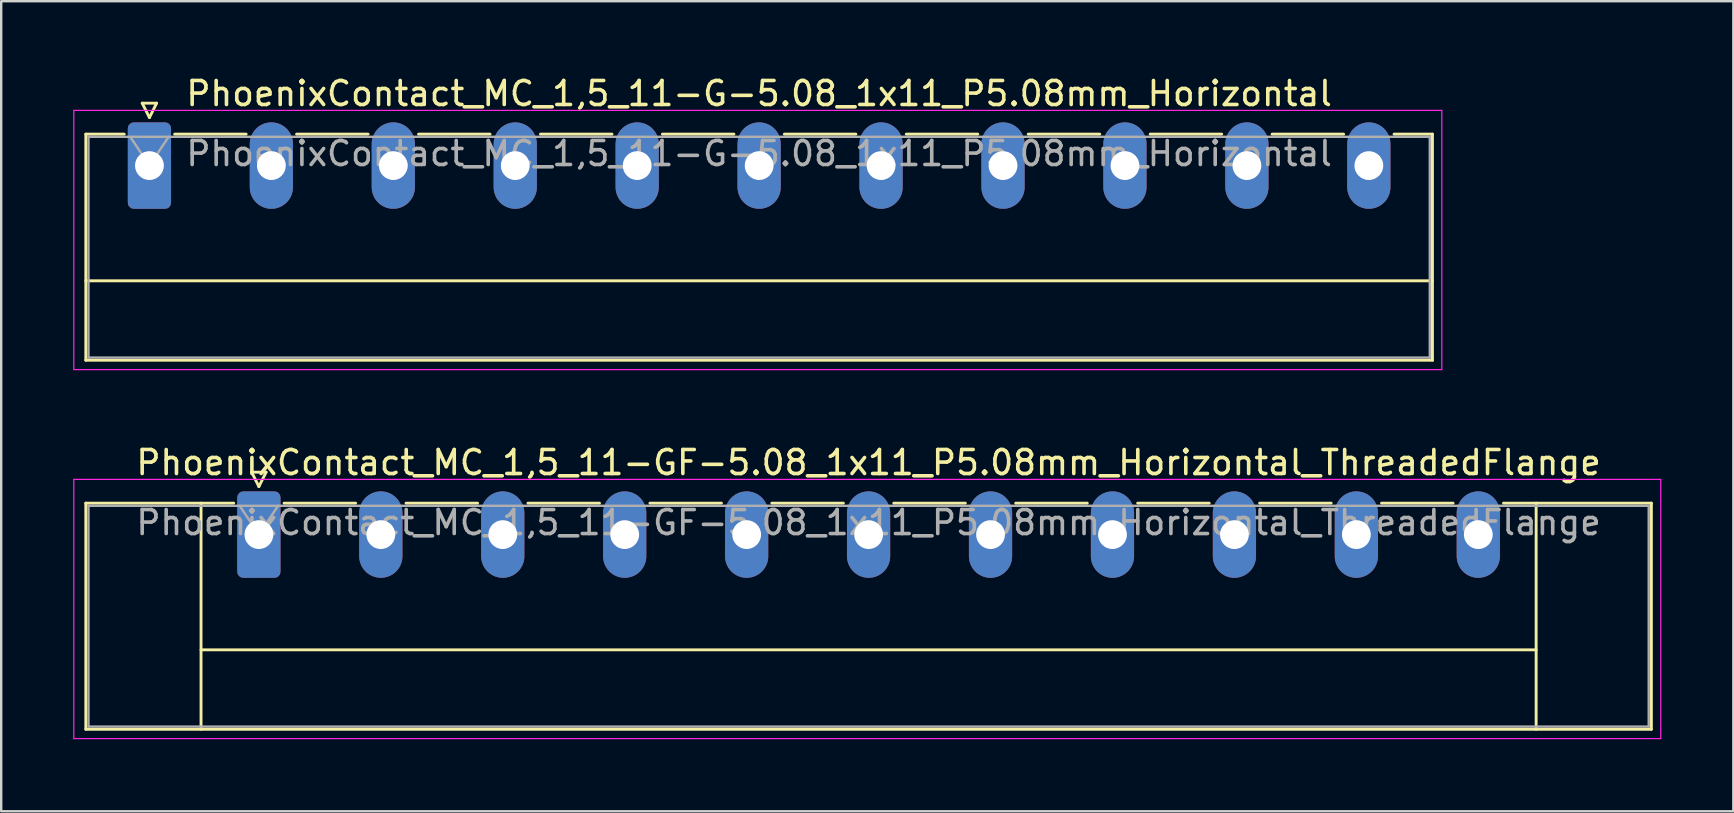
<source format=kicad_pcb>
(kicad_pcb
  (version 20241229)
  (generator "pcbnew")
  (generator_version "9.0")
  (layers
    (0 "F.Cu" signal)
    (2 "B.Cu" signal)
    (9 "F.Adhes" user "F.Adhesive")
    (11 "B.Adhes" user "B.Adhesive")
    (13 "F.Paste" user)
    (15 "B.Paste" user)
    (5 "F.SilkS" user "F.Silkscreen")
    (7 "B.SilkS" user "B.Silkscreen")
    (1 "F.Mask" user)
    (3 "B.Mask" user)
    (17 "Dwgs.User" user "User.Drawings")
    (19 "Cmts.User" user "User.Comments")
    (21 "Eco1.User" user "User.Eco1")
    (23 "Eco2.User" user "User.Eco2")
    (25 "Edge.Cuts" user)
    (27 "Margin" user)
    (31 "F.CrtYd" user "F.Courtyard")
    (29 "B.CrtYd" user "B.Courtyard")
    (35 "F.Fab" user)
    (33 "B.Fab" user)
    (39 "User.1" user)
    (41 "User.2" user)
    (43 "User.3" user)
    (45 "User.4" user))
  (footprint "PhoenixContact_MC_1,5_11-GF-5.08_1x11_P5.08mm_Horizontal_ThreadedFlange"
    (layer "F.Cu")
    (at 7.735 19.221)
    (property "Reference" "PhoenixContact_MC_1,5_11-GF-5.08_1x11_P5.08mm_Horizontal_ThreadedFlange" (at 25.4 -3 0) (layer "F.SilkS") (effects (font (size 1 1) (thickness 0.15))))
    (attr through_hole)
    (fp_line (start -7.21 -1.31) (end -7.21 8.11) (stroke (width 0.12) (type solid)) (layer "F.SilkS"))
    (fp_line (start -7.21 -1.31) (end -1.05 -1.31) (stroke (width 0.12) (type solid)) (layer "F.SilkS"))
    (fp_line (start -7.21 8.11) (end 58.01 8.11) (stroke (width 0.12) (type solid)) (layer "F.SilkS"))
    (fp_line (start -2.41 -1.31) (end -2.41 8.11) (stroke (width 0.12) (type solid)) (layer "F.SilkS"))
    (fp_line (start -2.41 4.8) (end 53.21 4.8) (stroke (width 0.12) (type solid)) (layer "F.SilkS"))
    (fp_line (start -0.3 -2.6) (end 0.3 -2.6) (stroke (width 0.12) (type solid)) (layer "F.SilkS"))
    (fp_line (start 0 -2) (end -0.3 -2.6) (stroke (width 0.12) (type solid)) (layer "F.SilkS"))
    (fp_line (start 0.3 -2.6) (end 0 -2) (stroke (width 0.12) (type solid)) (layer "F.SilkS"))
    (fp_line (start 1.05 -1.31) (end 4.03 -1.31) (stroke (width 0.12) (type solid)) (layer "F.SilkS"))
    (fp_line (start 6.13 -1.31) (end 9.11 -1.31) (stroke (width 0.12) (type solid)) (layer "F.SilkS"))
    (fp_line (start 11.21 -1.31) (end 14.19 -1.31) (stroke (width 0.12) (type solid)) (layer "F.SilkS"))
    (fp_line (start 16.29 -1.31) (end 19.27 -1.31) (stroke (width 0.12) (type solid)) (layer "F.SilkS"))
    (fp_line (start 21.37 -1.31) (end 24.35 -1.31) (stroke (width 0.12) (type solid)) (layer "F.SilkS"))
    (fp_line (start 26.45 -1.31) (end 29.43 -1.31) (stroke (width 0.12) (type solid)) (layer "F.SilkS"))
    (fp_line (start 31.53 -1.31) (end 34.51 -1.31) (stroke (width 0.12) (type solid)) (layer "F.SilkS"))
    (fp_line (start 36.61 -1.31) (end 39.59 -1.31) (stroke (width 0.12) (type solid)) (layer "F.SilkS"))
    (fp_line (start 41.69 -1.31) (end 44.67 -1.31) (stroke (width 0.12) (type solid)) (layer "F.SilkS"))
    (fp_line (start 46.77 -1.31) (end 49.75 -1.31) (stroke (width 0.12) (type solid)) (layer "F.SilkS"))
    (fp_line (start 53.21 -1.31) (end 53.21 8.11) (stroke (width 0.12) (type solid)) (layer "F.SilkS"))
    (fp_line (start 58.01 -1.31) (end 51.85 -1.31) (stroke (width 0.12) (type solid)) (layer "F.SilkS"))
    (fp_line (start 58.01 8.11) (end 58.01 -1.31) (stroke (width 0.12) (type solid)) (layer "F.SilkS"))
    (fp_line (start -7.71 -2.3) (end -7.71 8.5) (stroke (width 0.05) (type solid)) (layer "F.CrtYd"))
    (fp_line (start -7.71 8.5) (end 58.4 8.5) (stroke (width 0.05) (type solid)) (layer "F.CrtYd"))
    (fp_line (start 58.4 -2.3) (end -7.71 -2.3) (stroke (width 0.05) (type solid)) (layer "F.CrtYd"))
    (fp_line (start 58.4 8.5) (end 58.4 -2.3) (stroke (width 0.05) (type solid)) (layer "F.CrtYd"))
    (fp_line (start -7.1 -1.2) (end -7.1 8) (stroke (width 0.1) (type solid)) (layer "F.Fab"))
    (fp_line (start -7.1 8) (end 57.9 8) (stroke (width 0.1) (type solid)) (layer "F.Fab"))
    (fp_line (start 0 0) (end -0.8 -1.2) (stroke (width 0.1) (type solid)) (layer "F.Fab"))
    (fp_line (start 0.8 -1.2) (end 0 0) (stroke (width 0.1) (type solid)) (layer "F.Fab"))
    (fp_line (start 57.9 -1.2) (end -7.1 -1.2) (stroke (width 0.1) (type solid)) (layer "F.Fab"))
    (fp_line (start 57.9 8) (end 57.9 -1.2) (stroke (width 0.1) (type solid)) (layer "F.Fab"))
    (fp_text user "${REFERENCE}" (at 25.4 -0.5 0) (layer "F.Fab") (effects (font (size 1 1) (thickness 0.15))))
    (pad "1" thru_hole roundrect (at 0 0) (size 1.8 3.6) (drill 1.2) (layers "*.Cu" "*.Mask") (roundrect_rratio 0.139))
    (pad "2" thru_hole oval (at 5.08 0) (size 1.8 3.6) (drill 1.2) (layers "*.Cu" "*.Mask"))
    (pad "3" thru_hole oval (at 10.16 0) (size 1.8 3.6) (drill 1.2) (layers "*.Cu" "*.Mask"))
    (pad "4" thru_hole oval (at 15.24 0) (size 1.8 3.6) (drill 1.2) (layers "*.Cu" "*.Mask"))
    (pad "5" thru_hole oval (at 20.32 0) (size 1.8 3.6) (drill 1.2) (layers "*.Cu" "*.Mask"))
    (pad "6" thru_hole oval (at 25.4 0) (size 1.8 3.6) (drill 1.2) (layers "*.Cu" "*.Mask"))
    (pad "7" thru_hole oval (at 30.48 0) (size 1.8 3.6) (drill 1.2) (layers "*.Cu" "*.Mask"))
    (pad "8" thru_hole oval (at 35.56 0) (size 1.8 3.6) (drill 1.2) (layers "*.Cu" "*.Mask"))
    (pad "9" thru_hole oval (at 40.64 0) (size 1.8 3.6) (drill 1.2) (layers "*.Cu" "*.Mask"))
    (pad "10" thru_hole oval (at 45.72 0) (size 1.8 3.6) (drill 1.2) (layers "*.Cu" "*.Mask"))
    (pad "11" thru_hole oval (at 50.8 0) (size 1.8 3.6) (drill 1.2) (layers "*.Cu" "*.Mask")))
  (footprint "PhoenixContact_MC_1,5_11-G-5.08_1x11_P5.08mm_Horizontal"
    (layer "F.Cu")
    (at 3.175 3.848)
    (property "Reference" "PhoenixContact_MC_1,5_11-G-5.08_1x11_P5.08mm_Horizontal" (at 25.4 -3 0) (layer "F.SilkS") (effects (font (size 1 1) (thickness 0.15))))
    (attr through_hole)
    (fp_line (start -2.65 -1.31) (end -2.65 8.11) (stroke (width 0.12) (type solid)) (layer "F.SilkS"))
    (fp_line (start -2.65 -1.31) (end -1.05 -1.31) (stroke (width 0.12) (type solid)) (layer "F.SilkS"))
    (fp_line (start -2.65 4.8) (end 53.45 4.8) (stroke (width 0.12) (type solid)) (layer "F.SilkS"))
    (fp_line (start -2.65 8.11) (end 53.45 8.11) (stroke (width 0.12) (type solid)) (layer "F.SilkS"))
    (fp_line (start -0.3 -2.6) (end 0.3 -2.6) (stroke (width 0.12) (type solid)) (layer "F.SilkS"))
    (fp_line (start 0 -2) (end -0.3 -2.6) (stroke (width 0.12) (type solid)) (layer "F.SilkS"))
    (fp_line (start 0.3 -2.6) (end 0 -2) (stroke (width 0.12) (type solid)) (layer "F.SilkS"))
    (fp_line (start 1.05 -1.31) (end 4.03 -1.31) (stroke (width 0.12) (type solid)) (layer "F.SilkS"))
    (fp_line (start 6.13 -1.31) (end 9.11 -1.31) (stroke (width 0.12) (type solid)) (layer "F.SilkS"))
    (fp_line (start 11.21 -1.31) (end 14.19 -1.31) (stroke (width 0.12) (type solid)) (layer "F.SilkS"))
    (fp_line (start 16.29 -1.31) (end 19.27 -1.31) (stroke (width 0.12) (type solid)) (layer "F.SilkS"))
    (fp_line (start 21.37 -1.31) (end 24.35 -1.31) (stroke (width 0.12) (type solid)) (layer "F.SilkS"))
    (fp_line (start 26.45 -1.31) (end 29.43 -1.31) (stroke (width 0.12) (type solid)) (layer "F.SilkS"))
    (fp_line (start 31.53 -1.31) (end 34.51 -1.31) (stroke (width 0.12) (type solid)) (layer "F.SilkS"))
    (fp_line (start 36.61 -1.31) (end 39.59 -1.31) (stroke (width 0.12) (type solid)) (layer "F.SilkS"))
    (fp_line (start 41.69 -1.31) (end 44.67 -1.31) (stroke (width 0.12) (type solid)) (layer "F.SilkS"))
    (fp_line (start 46.77 -1.31) (end 49.75 -1.31) (stroke (width 0.12) (type solid)) (layer "F.SilkS"))
    (fp_line (start 53.45 -1.31) (end 51.85 -1.31) (stroke (width 0.12) (type solid)) (layer "F.SilkS"))
    (fp_line (start 53.45 8.11) (end 53.45 -1.31) (stroke (width 0.12) (type solid)) (layer "F.SilkS"))
    (fp_line (start -3.15 -2.3) (end -3.15 8.5) (stroke (width 0.05) (type solid)) (layer "F.CrtYd"))
    (fp_line (start -3.15 8.5) (end 53.84 8.5) (stroke (width 0.05) (type solid)) (layer "F.CrtYd"))
    (fp_line (start 53.84 -2.3) (end -3.15 -2.3) (stroke (width 0.05) (type solid)) (layer "F.CrtYd"))
    (fp_line (start 53.84 8.5) (end 53.84 -2.3) (stroke (width 0.05) (type solid)) (layer "F.CrtYd"))
    (fp_line (start -2.54 -1.2) (end -2.54 8) (stroke (width 0.1) (type solid)) (layer "F.Fab"))
    (fp_line (start -2.54 8) (end 53.34 8) (stroke (width 0.1) (type solid)) (layer "F.Fab"))
    (fp_line (start 0 0) (end -0.8 -1.2) (stroke (width 0.1) (type solid)) (layer "F.Fab"))
    (fp_line (start 0.8 -1.2) (end 0 0) (stroke (width 0.1) (type solid)) (layer "F.Fab"))
    (fp_line (start 53.34 -1.2) (end -2.54 -1.2) (stroke (width 0.1) (type solid)) (layer "F.Fab"))
    (fp_line (start 53.34 8) (end 53.34 -1.2) (stroke (width 0.1) (type solid)) (layer "F.Fab"))
    (fp_text user "${REFERENCE}" (at 25.4 -0.5 0) (layer "F.Fab") (effects (font (size 1 1) (thickness 0.15))))
    (pad "1" thru_hole roundrect (at 0 0) (size 1.8 3.6) (drill 1.2) (layers "*.Cu" "*.Mask") (roundrect_rratio 0.139))
    (pad "2" thru_hole oval (at 5.08 0) (size 1.8 3.6) (drill 1.2) (layers "*.Cu" "*.Mask"))
    (pad "3" thru_hole oval (at 10.16 0) (size 1.8 3.6) (drill 1.2) (layers "*.Cu" "*.Mask"))
    (pad "4" thru_hole oval (at 15.24 0) (size 1.8 3.6) (drill 1.2) (layers "*.Cu" "*.Mask"))
    (pad "5" thru_hole oval (at 20.32 0) (size 1.8 3.6) (drill 1.2) (layers "*.Cu" "*.Mask"))
    (pad "6" thru_hole oval (at 25.4 0) (size 1.8 3.6) (drill 1.2) (layers "*.Cu" "*.Mask"))
    (pad "7" thru_hole oval (at 30.48 0) (size 1.8 3.6) (drill 1.2) (layers "*.Cu" "*.Mask"))
    (pad "8" thru_hole oval (at 35.56 0) (size 1.8 3.6) (drill 1.2) (layers "*.Cu" "*.Mask"))
    (pad "9" thru_hole oval (at 40.64 0) (size 1.8 3.6) (drill 1.2) (layers "*.Cu" "*.Mask"))
    (pad "10" thru_hole oval (at 45.72 0) (size 1.8 3.6) (drill 1.2) (layers "*.Cu" "*.Mask"))
    (pad "11" thru_hole oval (at 50.8 0) (size 1.8 3.6) (drill 1.2) (layers "*.Cu" "*.Mask")))
  (gr_rect
    (start -3 -3)
    (end 69.16 30.747)
    (stroke (width 0.1) (type default))
    (fill no)
    (layer "Edge.Cuts")))
</source>
